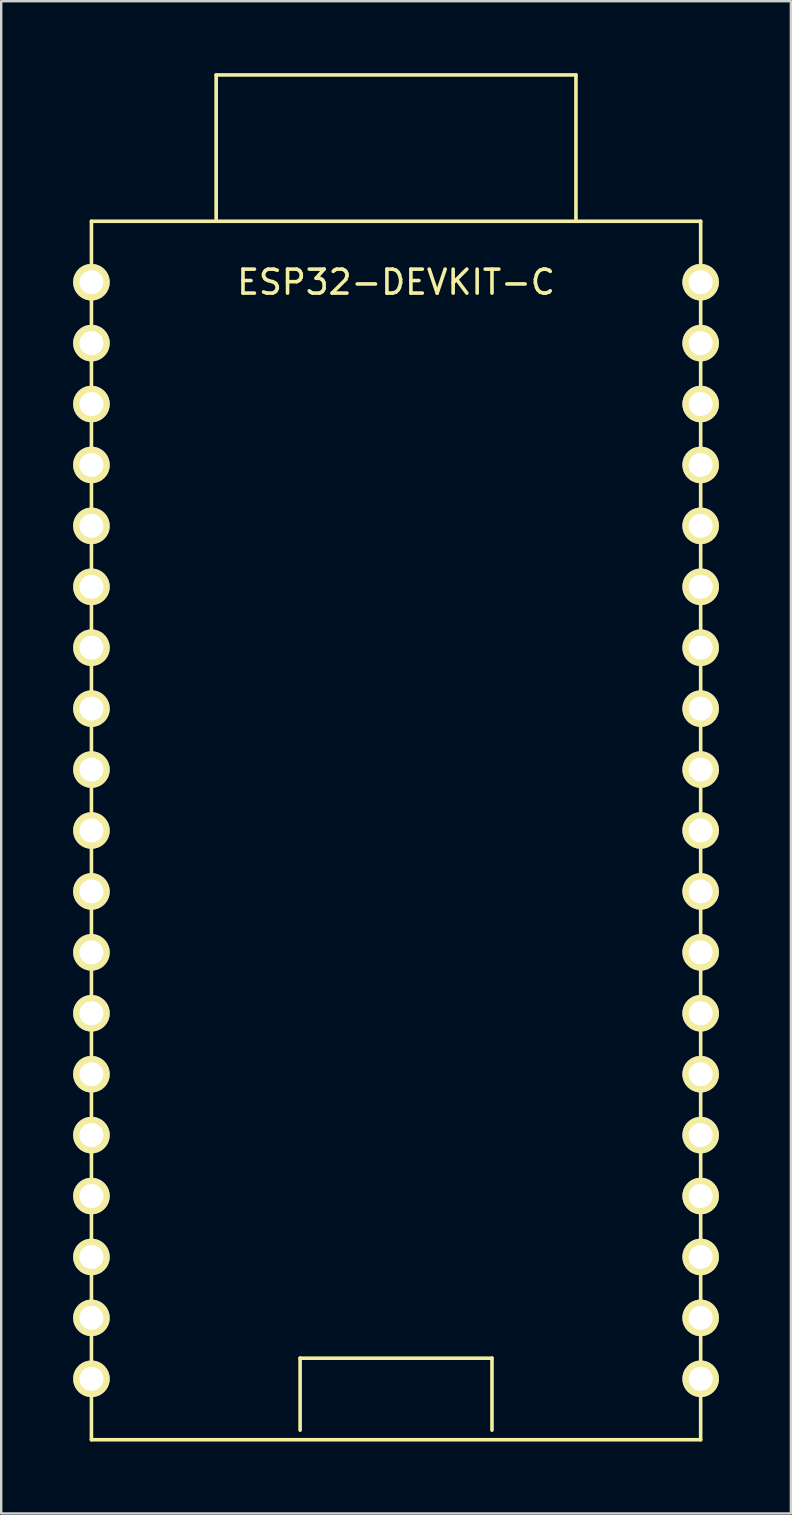
<source format=kicad_pcb>
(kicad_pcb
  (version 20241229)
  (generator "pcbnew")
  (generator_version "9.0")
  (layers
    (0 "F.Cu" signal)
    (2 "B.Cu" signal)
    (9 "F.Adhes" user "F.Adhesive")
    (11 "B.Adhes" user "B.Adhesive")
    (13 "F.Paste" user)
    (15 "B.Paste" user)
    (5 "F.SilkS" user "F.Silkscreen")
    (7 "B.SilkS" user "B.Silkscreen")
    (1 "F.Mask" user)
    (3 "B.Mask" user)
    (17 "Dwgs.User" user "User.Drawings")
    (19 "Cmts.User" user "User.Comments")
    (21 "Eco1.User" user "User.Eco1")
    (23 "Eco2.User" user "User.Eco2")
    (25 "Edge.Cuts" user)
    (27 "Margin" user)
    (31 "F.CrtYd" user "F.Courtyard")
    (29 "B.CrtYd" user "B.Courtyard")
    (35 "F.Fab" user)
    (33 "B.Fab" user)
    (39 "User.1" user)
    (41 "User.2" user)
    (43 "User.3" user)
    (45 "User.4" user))
  (footprint "ESP32-DEVKIT-C"
    (layer "F.Cu")
    (at 13.462 31.575)
    (property "Reference" "ESP32-DEVKIT-C" (at 0 -22.86 0) (layer "F.SilkS") (effects (font (size 1 1) (thickness 0.15))))
    (attr through_hole)
    (fp_line (start -12.7 -25.4) (end -12.7 25.4) (stroke (width 0.15) (type solid)) (layer "F.SilkS"))
    (fp_line (start -12.7 25.4) (end 12.7 25.4) (stroke (width 0.15) (type solid)) (layer "F.SilkS"))
    (fp_line (start -7.5 -31.5) (end 7.5 -31.5) (stroke (width 0.15) (type solid)) (layer "F.SilkS"))
    (fp_line (start -7.5 -25.5) (end -7.5 -31.5) (stroke (width 0.15) (type solid)) (layer "F.SilkS"))
    (fp_line (start -4 22) (end -4 25) (stroke (width 0.15) (type solid)) (layer "F.SilkS"))
    (fp_line (start 4 22) (end -4 22) (stroke (width 0.15) (type solid)) (layer "F.SilkS"))
    (fp_line (start 4 25) (end 4 22) (stroke (width 0.15) (type solid)) (layer "F.SilkS"))
    (fp_line (start 7.5 -31.5) (end 7.5 -25.5) (stroke (width 0.15) (type solid)) (layer "F.SilkS"))
    (fp_line (start 12.7 -25.4) (end -12.7 -25.4) (stroke (width 0.15) (type solid)) (layer "F.SilkS"))
    (fp_line (start 12.7 25.4) (end 12.7 -25.4) (stroke (width 0.15) (type solid)) (layer "F.SilkS"))
    (pad "1" thru_hole circle (at -12.7 -22.86) (size 1.524 1.524) (drill 1) (layers "*.Cu" "*.Mask" "F.SilkS"))
    (pad "2" thru_hole circle (at -12.7 -20.32) (size 1.524 1.524) (drill 1) (layers "*.Cu" "*.Mask" "F.SilkS"))
    (pad "3" thru_hole circle (at -12.7 -17.78) (size 1.524 1.524) (drill 1) (layers "*.Cu" "*.Mask" "F.SilkS"))
    (pad "4" thru_hole circle (at -12.7 -15.24) (size 1.524 1.524) (drill 1) (layers "*.Cu" "*.Mask" "F.SilkS"))
    (pad "5" thru_hole circle (at -12.7 -12.7) (size 1.524 1.524) (drill 1) (layers "*.Cu" "*.Mask" "F.SilkS"))
    (pad "6" thru_hole circle (at -12.7 -10.16) (size 1.524 1.524) (drill 1) (layers "*.Cu" "*.Mask" "F.SilkS"))
    (pad "7" thru_hole circle (at -12.7 -7.62) (size 1.524 1.524) (drill 1) (layers "*.Cu" "*.Mask" "F.SilkS"))
    (pad "8" thru_hole circle (at -12.7 -5.08) (size 1.524 1.524) (drill 1) (layers "*.Cu" "*.Mask" "F.SilkS"))
    (pad "9" thru_hole circle (at -12.7 -2.54) (size 1.524 1.524) (drill 1) (layers "*.Cu" "*.Mask" "F.SilkS"))
    (pad "10" thru_hole circle (at -12.7 0) (size 1.524 1.524) (drill 1) (layers "*.Cu" "*.Mask" "F.SilkS"))
    (pad "11" thru_hole circle (at -12.7 2.54) (size 1.524 1.524) (drill 1) (layers "*.Cu" "*.Mask" "F.SilkS"))
    (pad "12" thru_hole circle (at -12.7 5.08) (size 1.524 1.524) (drill 1) (layers "*.Cu" "*.Mask" "F.SilkS"))
    (pad "13" thru_hole circle (at -12.7 7.62) (size 1.524 1.524) (drill 1) (layers "*.Cu" "*.Mask" "F.SilkS"))
    (pad "14" thru_hole circle (at -12.7 10.16) (size 1.524 1.524) (drill 1) (layers "*.Cu" "*.Mask" "F.SilkS"))
    (pad "15" thru_hole circle (at -12.7 12.7) (size 1.524 1.524) (drill 1) (layers "*.Cu" "*.Mask" "F.SilkS"))
    (pad "16" thru_hole circle (at -12.7 15.24) (size 1.524 1.524) (drill 1) (layers "*.Cu" "*.Mask" "F.SilkS"))
    (pad "17" thru_hole circle (at -12.7 17.78) (size 1.524 1.524) (drill 1) (layers "*.Cu" "*.Mask" "F.SilkS"))
    (pad "18" thru_hole circle (at -12.7 20.32) (size 1.524 1.524) (drill 1) (layers "*.Cu" "*.Mask" "F.SilkS"))
    (pad "19" thru_hole circle (at -12.7 22.86) (size 1.524 1.524) (drill 1) (layers "*.Cu" "*.Mask" "F.SilkS"))
    (pad "20" thru_hole circle (at 12.7 22.86) (size 1.524 1.524) (drill 1) (layers "*.Cu" "*.Mask" "F.SilkS"))
    (pad "21" thru_hole circle (at 12.7 20.32) (size 1.524 1.524) (drill 1) (layers "*.Cu" "*.Mask" "F.SilkS"))
    (pad "22" thru_hole circle (at 12.7 17.78) (size 1.524 1.524) (drill 1) (layers "*.Cu" "*.Mask" "F.SilkS"))
    (pad "23" thru_hole circle (at 12.7 15.24) (size 1.524 1.524) (drill 1) (layers "*.Cu" "*.Mask" "F.SilkS"))
    (pad "24" thru_hole circle (at 12.7 12.7) (size 1.524 1.524) (drill 1) (layers "*.Cu" "*.Mask" "F.SilkS"))
    (pad "25" thru_hole circle (at 12.7 10.16) (size 1.524 1.524) (drill 1) (layers "*.Cu" "*.Mask" "F.SilkS"))
    (pad "26" thru_hole circle (at 12.7 7.62) (size 1.524 1.524) (drill 1) (layers "*.Cu" "*.Mask" "F.SilkS"))
    (pad "27" thru_hole circle (at 12.7 5.08) (size 1.524 1.524) (drill 1) (layers "*.Cu" "*.Mask" "F.SilkS"))
    (pad "28" thru_hole circle (at 12.7 2.54) (size 1.524 1.524) (drill 1) (layers "*.Cu" "*.Mask" "F.SilkS"))
    (pad "29" thru_hole circle (at 12.7 0) (size 1.524 1.524) (drill 1) (layers "*.Cu" "*.Mask" "F.SilkS"))
    (pad "30" thru_hole circle (at 12.7 -2.54) (size 1.524 1.524) (drill 1) (layers "*.Cu" "*.Mask" "F.SilkS"))
    (pad "31" thru_hole circle (at 12.7 -5.08) (size 1.524 1.524) (drill 1) (layers "*.Cu" "*.Mask" "F.SilkS"))
    (pad "32" thru_hole circle (at 12.7 -7.62) (size 1.524 1.524) (drill 1) (layers "*.Cu" "*.Mask" "F.SilkS"))
    (pad "33" thru_hole circle (at 12.7 -10.16) (size 1.524 1.524) (drill 1) (layers "*.Cu" "*.Mask" "F.SilkS"))
    (pad "34" thru_hole circle (at 12.7 -12.7) (size 1.524 1.524) (drill 1) (layers "*.Cu" "*.Mask" "F.SilkS"))
    (pad "35" thru_hole circle (at 12.7 -15.24) (size 1.524 1.524) (drill 1) (layers "*.Cu" "*.Mask" "F.SilkS"))
    (pad "36" thru_hole circle (at 12.7 -17.78) (size 1.524 1.524) (drill 1) (layers "*.Cu" "*.Mask" "F.SilkS"))
    (pad "37" thru_hole circle (at 12.7 -20.32) (size 1.524 1.524) (drill 1) (layers "*.Cu" "*.Mask" "F.SilkS"))
    (pad "38" thru_hole circle (at 12.7 -22.86) (size 1.524 1.524) (drill 1) (layers "*.Cu" "*.Mask" "F.SilkS")))
  (gr_rect
    (start -3 -3)
    (end 29.924 60.05)
    (stroke (width 0.1) (type default))
    (fill no)
    (layer "Edge.Cuts")))
</source>
